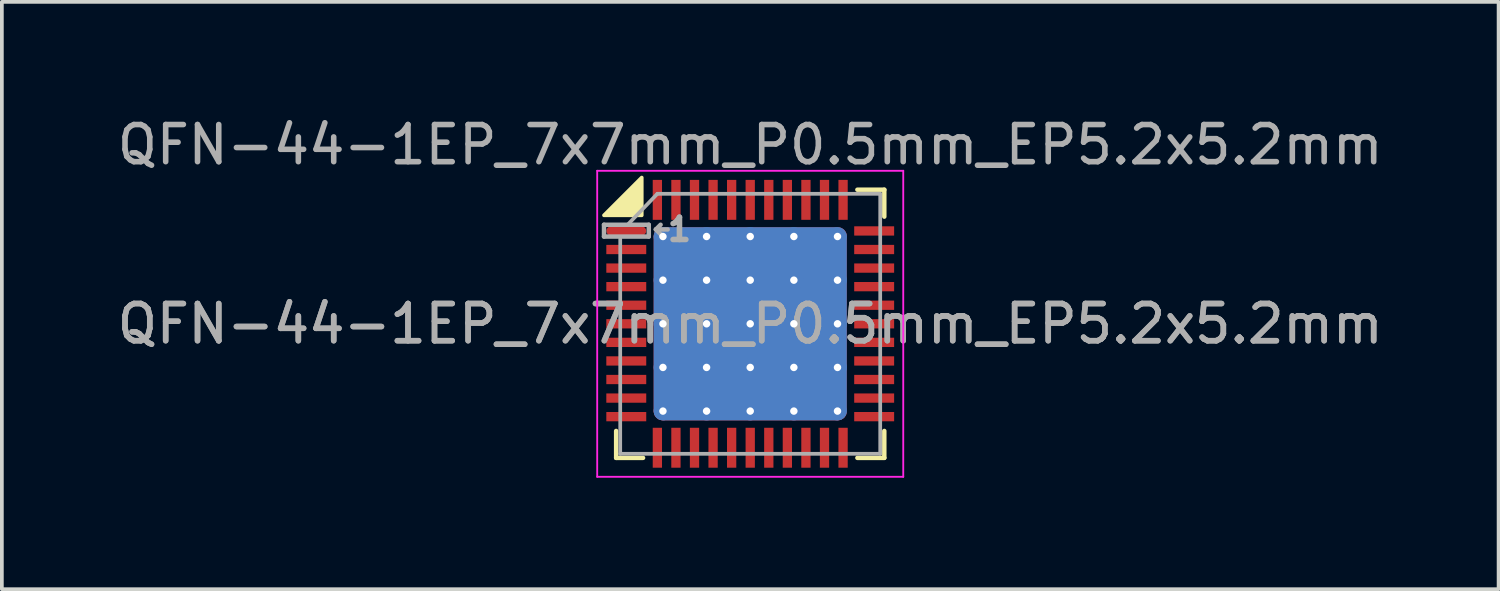
<source format=kicad_pcb>
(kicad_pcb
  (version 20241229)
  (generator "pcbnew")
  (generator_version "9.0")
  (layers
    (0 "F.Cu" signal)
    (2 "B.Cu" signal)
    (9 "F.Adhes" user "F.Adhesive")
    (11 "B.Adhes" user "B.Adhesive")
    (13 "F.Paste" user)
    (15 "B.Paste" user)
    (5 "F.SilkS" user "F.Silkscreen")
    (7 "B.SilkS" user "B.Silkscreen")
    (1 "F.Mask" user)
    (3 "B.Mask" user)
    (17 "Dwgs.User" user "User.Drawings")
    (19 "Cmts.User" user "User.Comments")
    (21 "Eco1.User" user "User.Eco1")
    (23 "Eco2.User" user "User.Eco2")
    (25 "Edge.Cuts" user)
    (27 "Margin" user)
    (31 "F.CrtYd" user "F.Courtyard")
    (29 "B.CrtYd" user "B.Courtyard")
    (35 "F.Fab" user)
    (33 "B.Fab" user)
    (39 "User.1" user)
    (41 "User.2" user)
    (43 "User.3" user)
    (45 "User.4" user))
  (footprint "QFN-44-1EP_7x7mm_P0.5mm_EP5.2x5.2mm"
    (layer "F.Cu")
    (at 17.149 5.668)
    (property "Reference" "QFN-44-1EP_7x7mm_P0.5mm_EP5.2x5.2mm" (at 0 -4.82 0) (layer "F.Fab") (effects (font (size 1 1) (thickness 0.15))))
    (attr smd)
    (fp_line (start -3.61 3.61) (end -3.61 2.885) (stroke (width 0.12) (type solid)) (layer "F.SilkS"))
    (fp_line (start -2.885 3.61) (end -3.61 3.61) (stroke (width 0.12) (type solid)) (layer "F.SilkS"))
    (fp_line (start 2.885 -3.61) (end 3.61 -3.61) (stroke (width 0.12) (type solid)) (layer "F.SilkS"))
    (fp_line (start 2.885 3.61) (end 3.61 3.61) (stroke (width 0.12) (type solid)) (layer "F.SilkS"))
    (fp_line (start 3.61 -3.61) (end 3.61 -2.885) (stroke (width 0.12) (type solid)) (layer "F.SilkS"))
    (fp_line (start 3.61 3.61) (end 3.61 2.885) (stroke (width 0.12) (type solid)) (layer "F.SilkS"))
    (fp_poly (pts (xy -3.937 -2.921) (xy -2.921 -2.921) (xy -2.921 -3.937)) (stroke (width 0.1) (type solid)) (fill yes) (layer "F.SilkS"))
    (fp_line (start -4.12 -4.12) (end -4.12 4.12) (stroke (width 0.05) (type solid)) (layer "F.CrtYd"))
    (fp_line (start -4.12 4.12) (end 4.12 4.12) (stroke (width 0.05) (type solid)) (layer "F.CrtYd"))
    (fp_line (start 4.12 -4.12) (end -4.12 -4.12) (stroke (width 0.05) (type solid)) (layer "F.CrtYd"))
    (fp_line (start 4.12 4.12) (end 4.12 -4.12) (stroke (width 0.05) (type solid)) (layer "F.CrtYd"))
    (fp_line (start -3.937 -2.667) (end -3.937 -2.349) (stroke (width 0.12) (type solid)) (layer "F.Fab"))
    (fp_line (start -3.937 -2.349) (end -2.731 -2.349) (stroke (width 0.12) (type solid)) (layer "F.Fab"))
    (fp_line (start -3.5 3.5) (end -3.5 -2.286) (stroke (width 0.1) (type solid)) (layer "F.Fab"))
    (fp_line (start -3.302 -2.667) (end -2.5 -3.5) (stroke (width 0.1) (type solid)) (layer "F.Fab"))
    (fp_line (start -2.731 -2.667) (end -3.937 -2.667) (stroke (width 0.12) (type solid)) (layer "F.Fab"))
    (fp_line (start -2.731 -2.349) (end -2.731 -2.667) (stroke (width 0.12) (type solid)) (layer "F.Fab"))
    (fp_line (start -2.54 -2.54) (end -2.413 -2.667) (stroke (width 0.12) (type solid)) (layer "F.Fab"))
    (fp_line (start -2.54 -2.54) (end -2.413 -2.413) (stroke (width 0.12) (type solid)) (layer "F.Fab"))
    (fp_line (start -2.5 -3.5) (end 3.5 -3.5) (stroke (width 0.1) (type solid)) (layer "F.Fab"))
    (fp_line (start -2.223 -2.54) (end -2.54 -2.54) (stroke (width 0.12) (type solid)) (layer "F.Fab"))
    (fp_line (start 3.5 -3.5) (end 3.5 3.5) (stroke (width 0.1) (type solid)) (layer "F.Fab"))
    (fp_line (start 3.5 3.5) (end -3.5 3.5) (stroke (width 0.1) (type solid)) (layer "F.Fab"))
    (fp_text user "${REFERENCE}" (at 0 0 180) (layer "F.Fab") (effects (font (size 1 1) (thickness 0.15))))
    (fp_text user "1" (at -1.905 -2.54 180) (layer "F.Fab") (effects (font (size 0.6 0.6) (thickness 0.15))))
    (fp_text user "${REFERENCE}" (at 0 0 180) (layer "F.Fab") (effects (font (size 1 1) (thickness 0.15))))
    (pad "" smd roundrect (at -1.95 -1.95) (size 1.05 1.05) (layers "F.Paste") (roundrect_rratio 0.238))
    (pad "" smd roundrect (at -1.95 -0.65) (size 1.05 1.05) (layers "F.Paste") (roundrect_rratio 0.238))
    (pad "" smd roundrect (at -1.95 0.65) (size 1.05 1.05) (layers "F.Paste") (roundrect_rratio 0.238))
    (pad "" smd roundrect (at -1.95 1.95) (size 1.05 1.05) (layers "F.Paste") (roundrect_rratio 0.238))
    (pad "" smd roundrect (at -0.65 -1.95) (size 1.05 1.05) (layers "F.Paste") (roundrect_rratio 0.238))
    (pad "" smd roundrect (at -0.65 -0.65) (size 1.05 1.05) (layers "F.Paste") (roundrect_rratio 0.238))
    (pad "" smd roundrect (at -0.65 0.65) (size 1.05 1.05) (layers "F.Paste") (roundrect_rratio 0.238))
    (pad "" smd roundrect (at -0.65 1.95) (size 1.05 1.05) (layers "F.Paste") (roundrect_rratio 0.238))
    (pad "" smd roundrect (at 0.65 -1.95) (size 1.05 1.05) (layers "F.Paste") (roundrect_rratio 0.238))
    (pad "" smd roundrect (at 0.65 -0.65) (size 1.05 1.05) (layers "F.Paste") (roundrect_rratio 0.238))
    (pad "" smd roundrect (at 0.65 0.65) (size 1.05 1.05) (layers "F.Paste") (roundrect_rratio 0.238))
    (pad "" smd roundrect (at 0.65 1.95) (size 1.05 1.05) (layers "F.Paste") (roundrect_rratio 0.238))
    (pad "" smd roundrect (at 1.95 -1.95) (size 1.05 1.05) (layers "F.Paste") (roundrect_rratio 0.238))
    (pad "" smd roundrect (at 1.95 -0.65) (size 1.05 1.05) (layers "F.Paste") (roundrect_rratio 0.238))
    (pad "" smd roundrect (at 1.95 0.65) (size 1.05 1.05) (layers "F.Paste") (roundrect_rratio 0.238))
    (pad "" smd roundrect (at 1.95 1.95) (size 1.05 1.05) (layers "F.Paste") (roundrect_rratio 0.238))
    (pad "1" smd roundrect (at -3.337 -2.5) (size 1.075 0.25) (layers "F.Cu" "F.Mask" "F.Paste") (roundrect_rratio 0.5))
    (pad "2" smd trapezoid (at -3.337 -2) (size 1.075 0.25) (layers "F.Cu" "F.Mask" "F.Paste"))
    (pad "3" smd trapezoid (at -3.337 -1.5) (size 1.075 0.25) (layers "F.Cu" "F.Mask" "F.Paste"))
    (pad "4" smd trapezoid (at -3.337 -1) (size 1.075 0.25) (layers "F.Cu" "F.Mask" "F.Paste"))
    (pad "5" smd trapezoid (at -3.337 -0.5) (size 1.075 0.25) (layers "F.Cu" "F.Mask" "F.Paste"))
    (pad "6" smd trapezoid (at -3.337 0) (size 1.075 0.25) (layers "F.Cu" "F.Mask" "F.Paste"))
    (pad "7" smd trapezoid (at -3.337 0.5) (size 1.075 0.25) (layers "F.Cu" "F.Mask" "F.Paste"))
    (pad "8" smd trapezoid (at -3.337 1) (size 1.075 0.25) (layers "F.Cu" "F.Mask" "F.Paste"))
    (pad "9" smd trapezoid (at -3.337 1.5) (size 1.075 0.25) (layers "F.Cu" "F.Mask" "F.Paste"))
    (pad "10" smd trapezoid (at -3.337 2) (size 1.075 0.25) (layers "F.Cu" "F.Mask" "F.Paste"))
    (pad "11" smd trapezoid (at -3.337 2.5) (size 1.075 0.25) (layers "F.Cu" "F.Mask" "F.Paste"))
    (pad "12" smd trapezoid (at -2.5 3.337) (size 0.25 1.075) (layers "F.Cu" "F.Mask" "F.Paste"))
    (pad "13" smd trapezoid (at -2 3.337) (size 0.25 1.075) (layers "F.Cu" "F.Mask" "F.Paste"))
    (pad "14" smd trapezoid (at -1.5 3.337) (size 0.25 1.075) (layers "F.Cu" "F.Mask" "F.Paste"))
    (pad "15" smd trapezoid (at -1 3.337) (size 0.25 1.075) (layers "F.Cu" "F.Mask" "F.Paste"))
    (pad "16" smd trapezoid (at -0.5 3.337) (size 0.25 1.075) (layers "F.Cu" "F.Mask" "F.Paste"))
    (pad "17" smd trapezoid (at 0 3.337) (size 0.25 1.075) (layers "F.Cu" "F.Mask" "F.Paste"))
    (pad "18" smd trapezoid (at 0.5 3.337) (size 0.25 1.075) (layers "F.Cu" "F.Mask" "F.Paste"))
    (pad "19" smd trapezoid (at 1 3.337) (size 0.25 1.075) (layers "F.Cu" "F.Mask" "F.Paste"))
    (pad "20" smd trapezoid (at 1.5 3.337) (size 0.25 1.075) (layers "F.Cu" "F.Mask" "F.Paste"))
    (pad "21" smd trapezoid (at 2 3.337) (size 0.25 1.075) (layers "F.Cu" "F.Mask" "F.Paste"))
    (pad "22" smd trapezoid (at 2.5 3.337) (size 0.25 1.075) (layers "F.Cu" "F.Mask" "F.Paste"))
    (pad "23" smd trapezoid (at 3.337 2.5) (size 1.075 0.25) (layers "F.Cu" "F.Mask" "F.Paste"))
    (pad "24" smd trapezoid (at 3.337 2) (size 1.075 0.25) (layers "F.Cu" "F.Mask" "F.Paste"))
    (pad "25" smd trapezoid (at 3.337 1.5) (size 1.075 0.25) (layers "F.Cu" "F.Mask" "F.Paste"))
    (pad "26" smd trapezoid (at 3.337 1) (size 1.075 0.25) (layers "F.Cu" "F.Mask" "F.Paste"))
    (pad "27" smd trapezoid (at 3.337 0.5) (size 1.075 0.25) (layers "F.Cu" "F.Mask" "F.Paste"))
    (pad "28" smd trapezoid (at 3.337 0) (size 1.075 0.25) (layers "F.Cu" "F.Mask" "F.Paste"))
    (pad "29" smd trapezoid (at 3.337 -0.5) (size 1.075 0.25) (layers "F.Cu" "F.Mask" "F.Paste"))
    (pad "30" smd trapezoid (at 3.337 -1) (size 1.075 0.25) (layers "F.Cu" "F.Mask" "F.Paste"))
    (pad "31" smd trapezoid (at 3.337 -1.5) (size 1.075 0.25) (layers "F.Cu" "F.Mask" "F.Paste"))
    (pad "32" smd trapezoid (at 3.337 -2) (size 1.075 0.25) (layers "F.Cu" "F.Mask" "F.Paste"))
    (pad "33" smd trapezoid (at 3.337 -2.5) (size 1.075 0.25) (layers "F.Cu" "F.Mask" "F.Paste"))
    (pad "34" smd trapezoid (at 2.5 -3.337) (size 0.25 1.075) (layers "F.Cu" "F.Mask" "F.Paste"))
    (pad "35" smd trapezoid (at 2 -3.337) (size 0.25 1.075) (layers "F.Cu" "F.Mask" "F.Paste"))
    (pad "36" smd trapezoid (at 1.5 -3.337) (size 0.25 1.075) (layers "F.Cu" "F.Mask" "F.Paste"))
    (pad "37" smd trapezoid (at 1 -3.337) (size 0.25 1.075) (layers "F.Cu" "F.Mask" "F.Paste"))
    (pad "38" smd trapezoid (at 0.5 -3.337) (size 0.25 1.075) (layers "F.Cu" "F.Mask" "F.Paste"))
    (pad "39" smd trapezoid (at 0 -3.337) (size 0.25 1.075) (layers "F.Cu" "F.Mask" "F.Paste"))
    (pad "40" smd trapezoid (at -0.5 -3.337) (size 0.25 1.075) (layers "F.Cu" "F.Mask" "F.Paste"))
    (pad "41" smd trapezoid (at -1 -3.337) (size 0.25 1.075) (layers "F.Cu" "F.Mask" "F.Paste"))
    (pad "42" smd trapezoid (at -1.5 -3.337) (size 0.25 1.075) (layers "F.Cu" "F.Mask" "F.Paste"))
    (pad "43" smd trapezoid (at -2 -3.337) (size 0.25 1.075) (layers "F.Cu" "F.Mask" "F.Paste"))
    (pad "44" smd trapezoid (at -2.5 -3.337) (size 0.25 1.075) (layers "F.Cu" "F.Mask" "F.Paste"))
    (pad "45" thru_hole circle (at -2.35 -2.35) (size 0.5 0.5) (drill 0.2) (layers "*.Cu"))
    (pad "45" thru_hole circle (at -2.35 -1.175) (size 0.5 0.5) (drill 0.2) (layers "*.Cu"))
    (pad "45" thru_hole circle (at -2.35 0) (size 0.5 0.5) (drill 0.2) (layers "*.Cu"))
    (pad "45" thru_hole circle (at -2.35 1.175) (size 0.5 0.5) (drill 0.2) (layers "*.Cu"))
    (pad "45" thru_hole circle (at -2.35 2.35) (size 0.5 0.5) (drill 0.2) (layers "*.Cu"))
    (pad "45" thru_hole circle (at -1.175 -2.35) (size 0.5 0.5) (drill 0.2) (layers "*.Cu"))
    (pad "45" thru_hole circle (at -1.175 -1.175) (size 0.5 0.5) (drill 0.2) (layers "*.Cu"))
    (pad "45" thru_hole circle (at -1.175 0) (size 0.5 0.5) (drill 0.2) (layers "*.Cu"))
    (pad "45" thru_hole circle (at -1.175 1.175) (size 0.5 0.5) (drill 0.2) (layers "*.Cu"))
    (pad "45" thru_hole circle (at -1.175 2.35) (size 0.5 0.5) (drill 0.2) (layers "*.Cu"))
    (pad "45" thru_hole circle (at 0 -2.35) (size 0.5 0.5) (drill 0.2) (layers "*.Cu"))
    (pad "45" thru_hole circle (at 0 -1.175) (size 0.5 0.5) (drill 0.2) (layers "*.Cu"))
    (pad "45" thru_hole circle (at 0 0) (size 0.5 0.5) (drill 0.2) (layers "*.Cu"))
    (pad "45" connect roundrect (at 0 0) (size 5.2 5.2) (layers "F.Cu" "F.Mask") (roundrect_rratio 0.046))
    (pad "45" connect roundrect (at 0 0) (size 5.2 5.2) (layers "B.Cu") (roundrect_rratio 0.048))
    (pad "45" thru_hole circle (at 0 1.175) (size 0.5 0.5) (drill 0.2) (layers "*.Cu"))
    (pad "45" thru_hole circle (at 0 2.35) (size 0.5 0.5) (drill 0.2) (layers "*.Cu"))
    (pad "45" thru_hole circle (at 1.175 -2.35) (size 0.5 0.5) (drill 0.2) (layers "*.Cu"))
    (pad "45" thru_hole circle (at 1.175 -1.175) (size 0.5 0.5) (drill 0.2) (layers "*.Cu"))
    (pad "45" thru_hole circle (at 1.175 0) (size 0.5 0.5) (drill 0.2) (layers "*.Cu"))
    (pad "45" thru_hole circle (at 1.175 1.175) (size 0.5 0.5) (drill 0.2) (layers "*.Cu"))
    (pad "45" thru_hole circle (at 1.175 2.35) (size 0.5 0.5) (drill 0.2) (layers "*.Cu"))
    (pad "45" thru_hole circle (at 2.35 -2.35) (size 0.5 0.5) (drill 0.2) (layers "*.Cu"))
    (pad "45" thru_hole circle (at 2.35 -1.175) (size 0.5 0.5) (drill 0.2) (layers "*.Cu"))
    (pad "45" thru_hole circle (at 2.35 0) (size 0.5 0.5) (drill 0.2) (layers "*.Cu"))
    (pad "45" thru_hole circle (at 2.35 1.175) (size 0.5 0.5) (drill 0.2) (layers "*.Cu"))
    (pad "45" thru_hole circle (at 2.35 2.35) (size 0.5 0.5) (drill 0.2) (layers "*.Cu")))
  (gr_rect
    (start -3 -3)
    (end 37.298 12.813)
    (stroke (width 0.1) (type default))
    (fill no)
    (layer "Edge.Cuts")))
</source>
